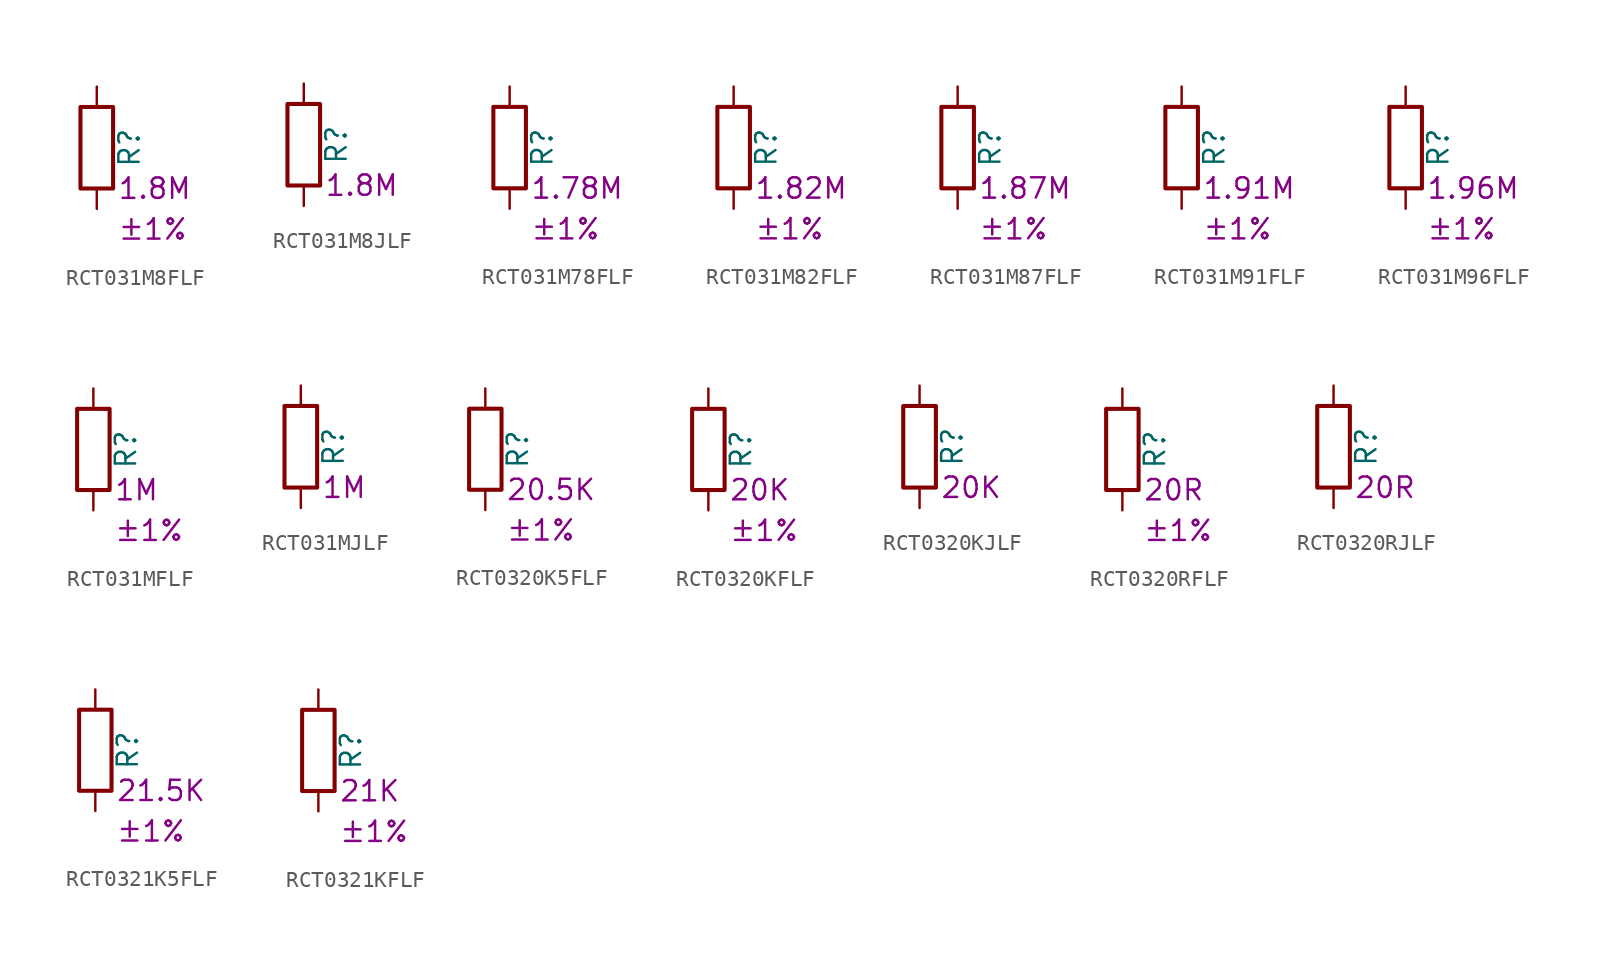
<source format=kicad_sym>
(kicad_symbol_lib
  (version 20220914)
  (generator kicad_symbol_editor)
  (symbol "RCT031M8FLF"
    (pin_numbers hide)
    (pin_names
      (offset 0))
    (property "Reference" "R"
      (at 2.032 0 90)
      (effects (font (size 1.27 1.27))))
    (property "Resistance" "1.8M"
      (at 1.27 -2.54 0)
      (effects (font (size 1.27 1.27)) (justify left)))
    (property "Tolerance" "±1%"
      (at 1.27 -5.08 0)
      (effects (font (size 1.27 1.27)) (justify left)))
    (symbol "RCT031M8FLF_0_1"
      (rectangle (start -1.016 -2.54) (end 1.016 2.54) (stroke (width 0.254) (type default)) (fill (type none))))
    (symbol "RCT031M8FLF_1_1"
      (pin passive line (at 0 3.81 270) (length 1.27) (name "~" (effects (font (size 1.27 1.27)))) (number "1" (effects (font (size 1.27 1.27)))))
      (pin passive line (at 0 -3.81 90) (length 1.27) (name "~" (effects (font (size 1.27 1.27)))) (number "2" (effects (font (size 1.27 1.27)))))))
  (symbol "RCT031M8JLF"
    (pin_numbers hide)
    (pin_names
      (offset 0))
    (property "Reference" "R"
      (at 2.032 0 90)
      (effects (font (size 1.27 1.27))))
    (property "Resistance" "1.8M"
      (at 1.27 -2.54 0)
      (effects (font (size 1.27 1.27)) (justify left)))
    (symbol "RCT031M8JLF_0_1"
      (rectangle (start -1.016 -2.54) (end 1.016 2.54) (stroke (width 0.254) (type default)) (fill (type none))))
    (symbol "RCT031M8JLF_1_1"
      (pin passive line (at 0 3.81 270) (length 1.27) (name "~" (effects (font (size 1.27 1.27)))) (number "1" (effects (font (size 1.27 1.27)))))
      (pin passive line (at 0 -3.81 90) (length 1.27) (name "~" (effects (font (size 1.27 1.27)))) (number "2" (effects (font (size 1.27 1.27)))))))
  (symbol "RCT031M78FLF"
    (pin_numbers hide)
    (pin_names
      (offset 0))
    (property "Reference" "R"
      (at 2.032 0 90)
      (effects (font (size 1.27 1.27))))
    (property "Resistance" "1.78M"
      (at 1.27 -2.54 0)
      (effects (font (size 1.27 1.27)) (justify left)))
    (property "Tolerance" "±1%"
      (at 1.27 -5.08 0)
      (effects (font (size 1.27 1.27)) (justify left)))
    (symbol "RCT031M78FLF_0_1"
      (rectangle (start -1.016 -2.54) (end 1.016 2.54) (stroke (width 0.254) (type default)) (fill (type none))))
    (symbol "RCT031M78FLF_1_1"
      (pin passive line (at 0 3.81 270) (length 1.27) (name "~" (effects (font (size 1.27 1.27)))) (number "1" (effects (font (size 1.27 1.27)))))
      (pin passive line (at 0 -3.81 90) (length 1.27) (name "~" (effects (font (size 1.27 1.27)))) (number "2" (effects (font (size 1.27 1.27)))))))
  (symbol "RCT031M82FLF"
    (pin_numbers hide)
    (pin_names
      (offset 0))
    (property "Reference" "R"
      (at 2.032 0 90)
      (effects (font (size 1.27 1.27))))
    (property "Resistance" "1.82M"
      (at 1.27 -2.54 0)
      (effects (font (size 1.27 1.27)) (justify left)))
    (property "Tolerance" "±1%"
      (at 1.27 -5.08 0)
      (effects (font (size 1.27 1.27)) (justify left)))
    (symbol "RCT031M82FLF_0_1"
      (rectangle (start -1.016 -2.54) (end 1.016 2.54) (stroke (width 0.254) (type default)) (fill (type none))))
    (symbol "RCT031M82FLF_1_1"
      (pin passive line (at 0 3.81 270) (length 1.27) (name "~" (effects (font (size 1.27 1.27)))) (number "1" (effects (font (size 1.27 1.27)))))
      (pin passive line (at 0 -3.81 90) (length 1.27) (name "~" (effects (font (size 1.27 1.27)))) (number "2" (effects (font (size 1.27 1.27)))))))
  (symbol "RCT031M87FLF"
    (pin_numbers hide)
    (pin_names
      (offset 0))
    (property "Reference" "R"
      (at 2.032 0 90)
      (effects (font (size 1.27 1.27))))
    (property "Resistance" "1.87M"
      (at 1.27 -2.54 0)
      (effects (font (size 1.27 1.27)) (justify left)))
    (property "Tolerance" "±1%"
      (at 1.27 -5.08 0)
      (effects (font (size 1.27 1.27)) (justify left)))
    (symbol "RCT031M87FLF_0_1"
      (rectangle (start -1.016 -2.54) (end 1.016 2.54) (stroke (width 0.254) (type default)) (fill (type none))))
    (symbol "RCT031M87FLF_1_1"
      (pin passive line (at 0 3.81 270) (length 1.27) (name "~" (effects (font (size 1.27 1.27)))) (number "1" (effects (font (size 1.27 1.27)))))
      (pin passive line (at 0 -3.81 90) (length 1.27) (name "~" (effects (font (size 1.27 1.27)))) (number "2" (effects (font (size 1.27 1.27)))))))
  (symbol "RCT031M91FLF"
    (pin_numbers hide)
    (pin_names
      (offset 0))
    (property "Reference" "R"
      (at 2.032 0 90)
      (effects (font (size 1.27 1.27))))
    (property "Resistance" "1.91M"
      (at 1.27 -2.54 0)
      (effects (font (size 1.27 1.27)) (justify left)))
    (property "Tolerance" "±1%"
      (at 1.27 -5.08 0)
      (effects (font (size 1.27 1.27)) (justify left)))
    (symbol "RCT031M91FLF_0_1"
      (rectangle (start -1.016 -2.54) (end 1.016 2.54) (stroke (width 0.254) (type default)) (fill (type none))))
    (symbol "RCT031M91FLF_1_1"
      (pin passive line (at 0 3.81 270) (length 1.27) (name "~" (effects (font (size 1.27 1.27)))) (number "1" (effects (font (size 1.27 1.27)))))
      (pin passive line (at 0 -3.81 90) (length 1.27) (name "~" (effects (font (size 1.27 1.27)))) (number "2" (effects (font (size 1.27 1.27)))))))
  (symbol "RCT031M96FLF"
    (pin_numbers hide)
    (pin_names
      (offset 0))
    (property "Reference" "R"
      (at 2.032 0 90)
      (effects (font (size 1.27 1.27))))
    (property "Resistance" "1.96M"
      (at 1.27 -2.54 0)
      (effects (font (size 1.27 1.27)) (justify left)))
    (property "Tolerance" "±1%"
      (at 1.27 -5.08 0)
      (effects (font (size 1.27 1.27)) (justify left)))
    (symbol "RCT031M96FLF_0_1"
      (rectangle (start -1.016 -2.54) (end 1.016 2.54) (stroke (width 0.254) (type default)) (fill (type none))))
    (symbol "RCT031M96FLF_1_1"
      (pin passive line (at 0 3.81 270) (length 1.27) (name "~" (effects (font (size 1.27 1.27)))) (number "1" (effects (font (size 1.27 1.27)))))
      (pin passive line (at 0 -3.81 90) (length 1.27) (name "~" (effects (font (size 1.27 1.27)))) (number "2" (effects (font (size 1.27 1.27)))))))
  (symbol "RCT031MFLF"
    (pin_numbers hide)
    (pin_names
      (offset 0))
    (property "Reference" "R"
      (at 2.032 0 90)
      (effects (font (size 1.27 1.27))))
    (property "Resistance" "1M"
      (at 1.27 -2.54 0)
      (effects (font (size 1.27 1.27)) (justify left)))
    (property "Tolerance" "±1%"
      (at 1.27 -5.08 0)
      (effects (font (size 1.27 1.27)) (justify left)))
    (symbol "RCT031MFLF_0_1"
      (rectangle (start -1.016 -2.54) (end 1.016 2.54) (stroke (width 0.254) (type default)) (fill (type none))))
    (symbol "RCT031MFLF_1_1"
      (pin passive line (at 0 3.81 270) (length 1.27) (name "~" (effects (font (size 1.27 1.27)))) (number "1" (effects (font (size 1.27 1.27)))))
      (pin passive line (at 0 -3.81 90) (length 1.27) (name "~" (effects (font (size 1.27 1.27)))) (number "2" (effects (font (size 1.27 1.27)))))))
  (symbol "RCT031MJLF"
    (pin_numbers hide)
    (pin_names
      (offset 0))
    (property "Reference" "R"
      (at 2.032 0 90)
      (effects (font (size 1.27 1.27))))
    (property "Resistance" "1M"
      (at 1.27 -2.54 0)
      (effects (font (size 1.27 1.27)) (justify left)))
    (symbol "RCT031MJLF_0_1"
      (rectangle (start -1.016 -2.54) (end 1.016 2.54) (stroke (width 0.254) (type default)) (fill (type none))))
    (symbol "RCT031MJLF_1_1"
      (pin passive line (at 0 3.81 270) (length 1.27) (name "~" (effects (font (size 1.27 1.27)))) (number "1" (effects (font (size 1.27 1.27)))))
      (pin passive line (at 0 -3.81 90) (length 1.27) (name "~" (effects (font (size 1.27 1.27)))) (number "2" (effects (font (size 1.27 1.27)))))))
  (symbol "RCT0320K5FLF"
    (pin_numbers hide)
    (pin_names
      (offset 0))
    (property "Reference" "R"
      (at 2.032 0 90)
      (effects (font (size 1.27 1.27))))
    (property "Resistance" "20.5K"
      (at 1.27 -2.54 0)
      (effects (font (size 1.27 1.27)) (justify left)))
    (property "Tolerance" "±1%"
      (at 1.27 -5.08 0)
      (effects (font (size 1.27 1.27)) (justify left)))
    (symbol "RCT0320K5FLF_0_1"
      (rectangle (start -1.016 -2.54) (end 1.016 2.54) (stroke (width 0.254) (type default)) (fill (type none))))
    (symbol "RCT0320K5FLF_1_1"
      (pin passive line (at 0 3.81 270) (length 1.27) (name "~" (effects (font (size 1.27 1.27)))) (number "1" (effects (font (size 1.27 1.27)))))
      (pin passive line (at 0 -3.81 90) (length 1.27) (name "~" (effects (font (size 1.27 1.27)))) (number "2" (effects (font (size 1.27 1.27)))))))
  (symbol "RCT0320KFLF"
    (pin_numbers hide)
    (pin_names
      (offset 0))
    (property "Reference" "R"
      (at 2.032 0 90)
      (effects (font (size 1.27 1.27))))
    (property "Resistance" "20K"
      (at 1.27 -2.54 0)
      (effects (font (size 1.27 1.27)) (justify left)))
    (property "Tolerance" "±1%"
      (at 1.27 -5.08 0)
      (effects (font (size 1.27 1.27)) (justify left)))
    (symbol "RCT0320KFLF_0_1"
      (rectangle (start -1.016 -2.54) (end 1.016 2.54) (stroke (width 0.254) (type default)) (fill (type none))))
    (symbol "RCT0320KFLF_1_1"
      (pin passive line (at 0 3.81 270) (length 1.27) (name "~" (effects (font (size 1.27 1.27)))) (number "1" (effects (font (size 1.27 1.27)))))
      (pin passive line (at 0 -3.81 90) (length 1.27) (name "~" (effects (font (size 1.27 1.27)))) (number "2" (effects (font (size 1.27 1.27)))))))
  (symbol "RCT0320KJLF"
    (pin_numbers hide)
    (pin_names
      (offset 0))
    (property "Reference" "R"
      (at 2.032 0 90)
      (effects (font (size 1.27 1.27))))
    (property "Resistance" "20K"
      (at 1.27 -2.54 0)
      (effects (font (size 1.27 1.27)) (justify left)))
    (symbol "RCT0320KJLF_0_1"
      (rectangle (start -1.016 -2.54) (end 1.016 2.54) (stroke (width 0.254) (type default)) (fill (type none))))
    (symbol "RCT0320KJLF_1_1"
      (pin passive line (at 0 3.81 270) (length 1.27) (name "~" (effects (font (size 1.27 1.27)))) (number "1" (effects (font (size 1.27 1.27)))))
      (pin passive line (at 0 -3.81 90) (length 1.27) (name "~" (effects (font (size 1.27 1.27)))) (number "2" (effects (font (size 1.27 1.27)))))))
  (symbol "RCT0320RFLF"
    (pin_numbers hide)
    (pin_names
      (offset 0))
    (property "Reference" "R"
      (at 2.032 0 90)
      (effects (font (size 1.27 1.27))))
    (property "Resistance" "20R"
      (at 1.27 -2.54 0)
      (effects (font (size 1.27 1.27)) (justify left)))
    (property "Tolerance" "±1%"
      (at 1.27 -5.08 0)
      (effects (font (size 1.27 1.27)) (justify left)))
    (symbol "RCT0320RFLF_0_1"
      (rectangle (start -1.016 -2.54) (end 1.016 2.54) (stroke (width 0.254) (type default)) (fill (type none))))
    (symbol "RCT0320RFLF_1_1"
      (pin passive line (at 0 3.81 270) (length 1.27) (name "~" (effects (font (size 1.27 1.27)))) (number "1" (effects (font (size 1.27 1.27)))))
      (pin passive line (at 0 -3.81 90) (length 1.27) (name "~" (effects (font (size 1.27 1.27)))) (number "2" (effects (font (size 1.27 1.27)))))))
  (symbol "RCT0320RJLF"
    (pin_numbers hide)
    (pin_names
      (offset 0))
    (property "Reference" "R"
      (at 2.032 0 90)
      (effects (font (size 1.27 1.27))))
    (property "Resistance" "20R"
      (at 1.27 -2.54 0)
      (effects (font (size 1.27 1.27)) (justify left)))
    (symbol "RCT0320RJLF_0_1"
      (rectangle (start -1.016 -2.54) (end 1.016 2.54) (stroke (width 0.254) (type default)) (fill (type none))))
    (symbol "RCT0320RJLF_1_1"
      (pin passive line (at 0 3.81 270) (length 1.27) (name "~" (effects (font (size 1.27 1.27)))) (number "1" (effects (font (size 1.27 1.27)))))
      (pin passive line (at 0 -3.81 90) (length 1.27) (name "~" (effects (font (size 1.27 1.27)))) (number "2" (effects (font (size 1.27 1.27)))))))
  (symbol "RCT0321K5FLF"
    (pin_numbers hide)
    (pin_names
      (offset 0))
    (property "Reference" "R"
      (at 2.032 0 90)
      (effects (font (size 1.27 1.27))))
    (property "Resistance" "21.5K"
      (at 1.27 -2.54 0)
      (effects (font (size 1.27 1.27)) (justify left)))
    (property "Tolerance" "±1%"
      (at 1.27 -5.08 0)
      (effects (font (size 1.27 1.27)) (justify left)))
    (symbol "RCT0321K5FLF_0_1"
      (rectangle (start -1.016 -2.54) (end 1.016 2.54) (stroke (width 0.254) (type default)) (fill (type none))))
    (symbol "RCT0321K5FLF_1_1"
      (pin passive line (at 0 3.81 270) (length 1.27) (name "~" (effects (font (size 1.27 1.27)))) (number "1" (effects (font (size 1.27 1.27)))))
      (pin passive line (at 0 -3.81 90) (length 1.27) (name "~" (effects (font (size 1.27 1.27)))) (number "2" (effects (font (size 1.27 1.27)))))))
  (symbol "RCT0321KFLF"
    (pin_numbers hide)
    (pin_names
      (offset 0))
    (property "Reference" "R"
      (at 2.032 0 90)
      (effects (font (size 1.27 1.27))))
    (property "Resistance" "21K"
      (at 1.27 -2.54 0)
      (effects (font (size 1.27 1.27)) (justify left)))
    (property "Tolerance" "±1%"
      (at 1.27 -5.08 0)
      (effects (font (size 1.27 1.27)) (justify left)))
    (symbol "RCT0321KFLF_0_1"
      (rectangle (start -1.016 -2.54) (end 1.016 2.54) (stroke (width 0.254) (type default)) (fill (type none))))
    (symbol "RCT0321KFLF_1_1"
      (pin passive line (at 0 3.81 270) (length 1.27) (name "~" (effects (font (size 1.27 1.27)))) (number "1" (effects (font (size 1.27 1.27)))))
      (pin passive line (at 0 -3.81 90) (length 1.27) (name "~" (effects (font (size 1.27 1.27)))) (number "2" (effects (font (size 1.27 1.27))))))))
</source>
